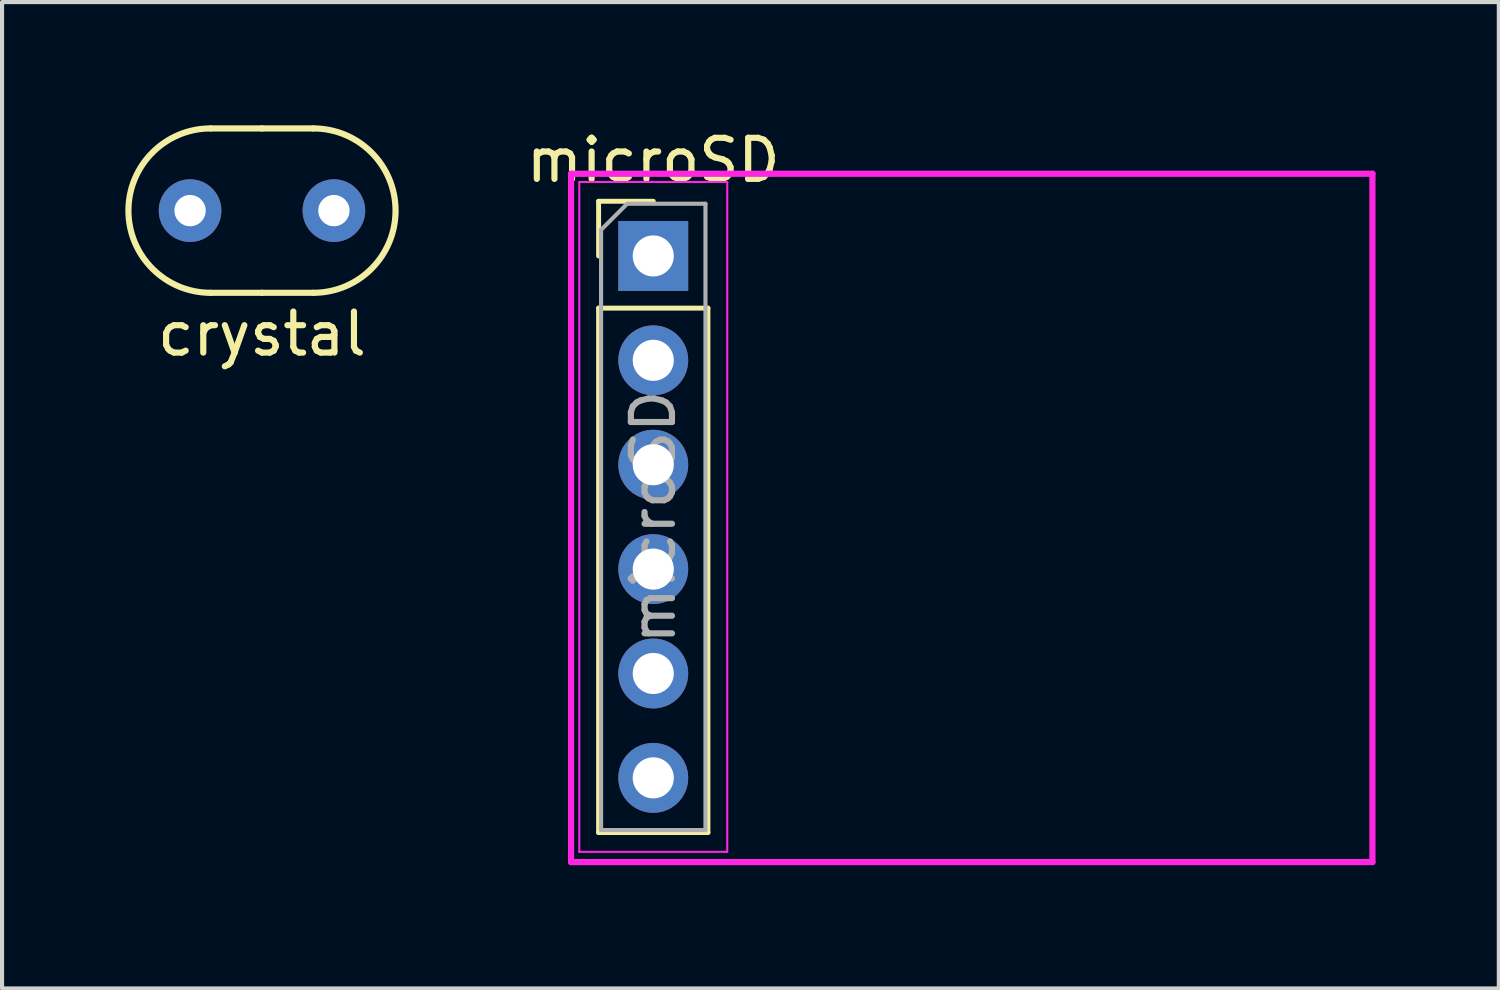
<source format=kicad_pcb>
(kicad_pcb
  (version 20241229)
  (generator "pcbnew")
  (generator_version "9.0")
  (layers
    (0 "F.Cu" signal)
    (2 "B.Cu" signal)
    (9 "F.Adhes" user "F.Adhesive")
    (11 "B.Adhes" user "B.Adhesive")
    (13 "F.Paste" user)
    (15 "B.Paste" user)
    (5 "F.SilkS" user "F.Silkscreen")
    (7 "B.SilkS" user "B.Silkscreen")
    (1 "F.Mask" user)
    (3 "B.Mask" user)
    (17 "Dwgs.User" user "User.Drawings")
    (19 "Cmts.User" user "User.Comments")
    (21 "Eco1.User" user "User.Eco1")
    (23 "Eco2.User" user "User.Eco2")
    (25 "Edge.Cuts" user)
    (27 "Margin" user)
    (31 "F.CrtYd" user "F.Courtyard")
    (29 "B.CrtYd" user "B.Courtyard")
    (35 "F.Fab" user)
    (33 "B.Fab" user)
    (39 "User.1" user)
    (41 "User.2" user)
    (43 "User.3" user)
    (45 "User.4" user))
  (footprint "microSD"
    (layer "F.Cu")
    (at 12.846 3.178)
    (property "Reference" "microSD" (at 0 -2.33 0) (layer "F.SilkS") (effects (font (size 1 1) (thickness 0.15))))
    (attr through_hole)
    (fp_line (start -1.33 -1.33) (end 0 -1.33) (stroke (width 0.12) (type solid)) (layer "F.SilkS"))
    (fp_line (start -1.33 0) (end -1.33 -1.33) (stroke (width 0.12) (type solid)) (layer "F.SilkS"))
    (fp_line (start -1.33 1.27) (end -1.33 14.03) (stroke (width 0.12) (type solid)) (layer "F.SilkS"))
    (fp_line (start -1.33 1.27) (end 1.33 1.27) (stroke (width 0.12) (type solid)) (layer "F.SilkS"))
    (fp_line (start -1.33 14.03) (end 1.33 14.03) (stroke (width 0.12) (type solid)) (layer "F.SilkS"))
    (fp_line (start 1.33 1.27) (end 1.33 14.03) (stroke (width 0.12) (type solid)) (layer "F.SilkS"))
    (fp_line (start -2 -2) (end -2 14.75) (stroke (width 0.15) (type solid)) (layer "F.CrtYd"))
    (fp_line (start -2 14.75) (end 17.5 14.75) (stroke (width 0.15) (type solid)) (layer "F.CrtYd"))
    (fp_line (start -1.8 -1.8) (end -1.8 14.5) (stroke (width 0.05) (type solid)) (layer "F.CrtYd"))
    (fp_line (start -1.8 14.5) (end 1.8 14.5) (stroke (width 0.05) (type solid)) (layer "F.CrtYd"))
    (fp_line (start 1.8 -1.8) (end -1.8 -1.8) (stroke (width 0.05) (type solid)) (layer "F.CrtYd"))
    (fp_line (start 1.8 14.5) (end 1.8 -1.8) (stroke (width 0.05) (type solid)) (layer "F.CrtYd"))
    (fp_line (start 17.5 -2) (end -2 -2) (stroke (width 0.15) (type solid)) (layer "F.CrtYd"))
    (fp_line (start 17.5 14.75) (end 17.5 -2) (stroke (width 0.15) (type solid)) (layer "F.CrtYd"))
    (fp_line (start -1.27 -0.635) (end -0.635 -1.27) (stroke (width 0.1) (type solid)) (layer "F.Fab"))
    (fp_line (start -1.27 13.97) (end -1.27 -0.635) (stroke (width 0.1) (type solid)) (layer "F.Fab"))
    (fp_line (start -0.635 -1.27) (end 1.27 -1.27) (stroke (width 0.1) (type solid)) (layer "F.Fab"))
    (fp_line (start 1.27 -1.27) (end 1.27 13.97) (stroke (width 0.1) (type solid)) (layer "F.Fab"))
    (fp_line (start 1.27 13.97) (end -1.27 13.97) (stroke (width 0.1) (type solid)) (layer "F.Fab"))
    (fp_text user "${REFERENCE}" (at 0 6.35 90) (layer "F.Fab") (effects (font (size 1 1) (thickness 0.15))))
    (pad "2" thru_hole rect (at 0 0) (size 1.7 1.7) (drill 1) (layers "*.Cu" "*.Mask"))
    (pad "3" thru_hole oval (at 0 2.54) (size 1.7 1.7) (drill 1) (layers "*.Cu" "*.Mask"))
    (pad "4" thru_hole oval (at 0 5.08) (size 1.7 1.7) (drill 1) (layers "*.Cu" "*.Mask"))
    (pad "5" thru_hole oval (at 0 7.62) (size 1.7 1.7) (drill 1) (layers "*.Cu" "*.Mask"))
    (pad "6" thru_hole oval (at 0 10.16) (size 1.7 1.7) (drill 1) (layers "*.Cu" "*.Mask"))
    (pad "7" thru_hole oval (at 0 12.7) (size 1.7 1.7) (drill 1) (layers "*.Cu" "*.Mask")))
  (footprint "crystal"
    (layer "F.Cu")
    (at 3.325 2.075)
    (property "Reference" "crystal" (at 0 3 0) (layer "F.SilkS") (effects (font (size 1 1) (thickness 0.15))))
    (attr through_hole)
    (fp_line (start 0 -2) (end -1.25 -2) (stroke (width 0.15) (type solid)) (layer "F.SilkS"))
    (fp_line (start 0 -2) (end 1.25 -2) (stroke (width 0.15) (type solid)) (layer "F.SilkS"))
    (fp_line (start 0 2) (end -1.25 2) (stroke (width 0.15) (type solid)) (layer "F.SilkS"))
    (fp_line (start 0 2) (end 1.25 2) (stroke (width 0.15) (type solid)) (layer "F.SilkS"))
    (fp_arc (start -1.25 2) (mid -3.25 0) (end -1.25 -2) (stroke (width 0.15) (type solid)) (layer "F.SilkS"))
    (fp_arc (start 1.25 -2) (mid 3.25 0) (end 1.25 2) (stroke (width 0.15) (type solid)) (layer "F.SilkS"))
    (pad "1" thru_hole circle (at -1.75 0) (size 1.524 1.524) (drill 0.762) (layers "*.Cu" "*.Mask"))
    (pad "2" thru_hole circle (at 1.75 0) (size 1.524 1.524) (drill 0.762) (layers "*.Cu" "*.Mask")))
  (gr_rect
    (start -3 -3)
    (end 33.421 21.003)
    (stroke (width 0.1) (type default))
    (fill no)
    (layer "Edge.Cuts")))
</source>
